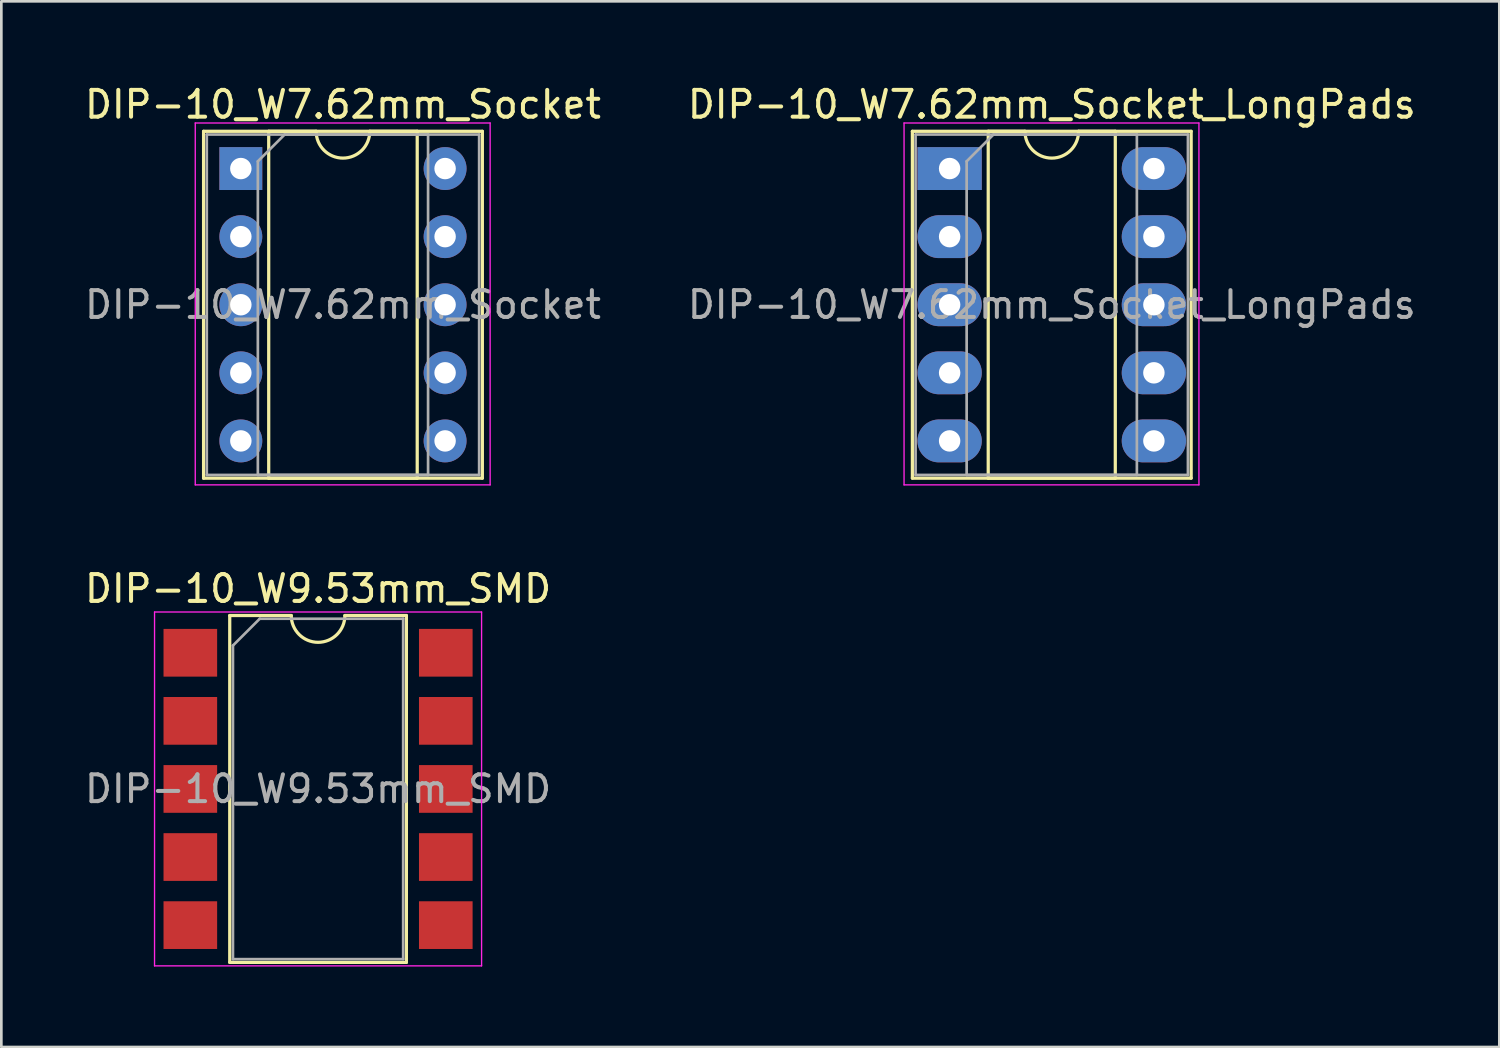
<source format=kicad_pcb>
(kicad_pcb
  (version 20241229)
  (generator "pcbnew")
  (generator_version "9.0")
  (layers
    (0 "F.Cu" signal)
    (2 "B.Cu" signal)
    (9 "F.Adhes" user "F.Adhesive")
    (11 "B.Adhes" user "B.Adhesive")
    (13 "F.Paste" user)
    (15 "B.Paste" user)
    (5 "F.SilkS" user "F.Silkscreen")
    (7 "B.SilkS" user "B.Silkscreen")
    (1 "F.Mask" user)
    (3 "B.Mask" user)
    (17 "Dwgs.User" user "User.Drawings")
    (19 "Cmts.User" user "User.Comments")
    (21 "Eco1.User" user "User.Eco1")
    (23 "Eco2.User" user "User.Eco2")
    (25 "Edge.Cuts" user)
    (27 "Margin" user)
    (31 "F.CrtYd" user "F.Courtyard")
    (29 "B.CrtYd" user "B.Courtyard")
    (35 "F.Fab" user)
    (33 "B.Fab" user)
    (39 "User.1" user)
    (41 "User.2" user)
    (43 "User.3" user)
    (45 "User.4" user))
  (footprint "DIP-10_W7.62mm_Socket_LongPads"
    (layer "F.Cu")
    (at 32.375 3.238)
    (property "Reference" "DIP-10_W7.62mm_Socket_LongPads" (at 3.81 -2.39 0) (layer "F.SilkS") (effects (font (size 1 1) (thickness 0.15))))
    (attr through_hole)
    (fp_line (start -1.39 -1.39) (end -1.39 11.55) (stroke (width 0.12) (type solid)) (layer "F.SilkS"))
    (fp_line (start -1.39 11.55) (end 9.01 11.55) (stroke (width 0.12) (type solid)) (layer "F.SilkS"))
    (fp_line (start 1.44 -1.39) (end 1.44 11.55) (stroke (width 0.12) (type solid)) (layer "F.SilkS"))
    (fp_line (start 1.44 11.55) (end 6.18 11.55) (stroke (width 0.12) (type solid)) (layer "F.SilkS"))
    (fp_line (start 2.81 -1.39) (end 1.44 -1.39) (stroke (width 0.12) (type solid)) (layer "F.SilkS"))
    (fp_line (start 6.18 -1.39) (end 4.81 -1.39) (stroke (width 0.12) (type solid)) (layer "F.SilkS"))
    (fp_line (start 6.18 11.55) (end 6.18 -1.39) (stroke (width 0.12) (type solid)) (layer "F.SilkS"))
    (fp_line (start 9.01 -1.39) (end -1.39 -1.39) (stroke (width 0.12) (type solid)) (layer "F.SilkS"))
    (fp_line (start 9.01 11.55) (end 9.01 -1.39) (stroke (width 0.12) (type solid)) (layer "F.SilkS"))
    (fp_arc (start 4.81 -1.39) (mid 3.81 -0.39) (end 2.81 -1.39) (stroke (width 0.12) (type solid)) (layer "F.SilkS"))
    (fp_line (start -1.7 -1.7) (end -1.7 11.8) (stroke (width 0.05) (type solid)) (layer "F.CrtYd"))
    (fp_line (start -1.7 11.8) (end 9.3 11.8) (stroke (width 0.05) (type solid)) (layer "F.CrtYd"))
    (fp_line (start 9.3 -1.7) (end -1.7 -1.7) (stroke (width 0.05) (type solid)) (layer "F.CrtYd"))
    (fp_line (start 9.3 11.8) (end 9.3 -1.7) (stroke (width 0.05) (type solid)) (layer "F.CrtYd"))
    (fp_line (start -1.27 -1.27) (end -1.27 11.43) (stroke (width 0.1) (type solid)) (layer "F.Fab"))
    (fp_line (start -1.27 11.43) (end 8.89 11.43) (stroke (width 0.1) (type solid)) (layer "F.Fab"))
    (fp_line (start 0.635 -0.27) (end 1.635 -1.27) (stroke (width 0.1) (type solid)) (layer "F.Fab"))
    (fp_line (start 0.635 11.43) (end 0.635 -0.27) (stroke (width 0.1) (type solid)) (layer "F.Fab"))
    (fp_line (start 1.635 -1.27) (end 6.985 -1.27) (stroke (width 0.1) (type solid)) (layer "F.Fab"))
    (fp_line (start 6.985 -1.27) (end 6.985 11.43) (stroke (width 0.1) (type solid)) (layer "F.Fab"))
    (fp_line (start 6.985 11.43) (end 0.635 11.43) (stroke (width 0.1) (type solid)) (layer "F.Fab"))
    (fp_line (start 8.89 -1.27) (end -1.27 -1.27) (stroke (width 0.1) (type solid)) (layer "F.Fab"))
    (fp_line (start 8.89 11.43) (end 8.89 -1.27) (stroke (width 0.1) (type solid)) (layer "F.Fab"))
    (fp_text user "${REFERENCE}" (at 3.81 5.08 0) (layer "F.Fab") (effects (font (size 1 1) (thickness 0.15))))
    (pad "1" thru_hole rect (at 0 0) (size 2.4 1.6) (drill 0.8) (layers "*.Cu" "*.Mask"))
    (pad "2" thru_hole oval (at 0 2.54) (size 2.4 1.6) (drill 0.8) (layers "*.Cu" "*.Mask"))
    (pad "3" thru_hole oval (at 0 5.08) (size 2.4 1.6) (drill 0.8) (layers "*.Cu" "*.Mask"))
    (pad "4" thru_hole oval (at 0 7.62) (size 2.4 1.6) (drill 0.8) (layers "*.Cu" "*.Mask"))
    (pad "5" thru_hole oval (at 0 10.16) (size 2.4 1.6) (drill 0.8) (layers "*.Cu" "*.Mask"))
    (pad "6" thru_hole oval (at 7.62 10.16) (size 2.4 1.6) (drill 0.8) (layers "*.Cu" "*.Mask"))
    (pad "7" thru_hole oval (at 7.62 7.62) (size 2.4 1.6) (drill 0.8) (layers "*.Cu" "*.Mask"))
    (pad "8" thru_hole oval (at 7.62 5.08) (size 2.4 1.6) (drill 0.8) (layers "*.Cu" "*.Mask"))
    (pad "9" thru_hole oval (at 7.62 2.54) (size 2.4 1.6) (drill 0.8) (layers "*.Cu" "*.Mask"))
    (pad "10" thru_hole oval (at 7.62 0) (size 2.4 1.6) (drill 0.8) (layers "*.Cu" "*.Mask")))
  (footprint "DIP-10_W9.53mm_SMD"
    (layer "F.Cu")
    (at 8.815 26.381)
    (property "Reference" "DIP-10_W9.53mm_SMD" (at 0 -7.47 0) (layer "F.SilkS") (effects (font (size 1 1) (thickness 0.15))))
    (attr smd)
    (fp_line (start -3.295 -6.47) (end -3.295 6.47) (stroke (width 0.12) (type solid)) (layer "F.SilkS"))
    (fp_line (start -3.295 6.47) (end 3.295 6.47) (stroke (width 0.12) (type solid)) (layer "F.SilkS"))
    (fp_line (start -1 -6.47) (end -3.295 -6.47) (stroke (width 0.12) (type solid)) (layer "F.SilkS"))
    (fp_line (start 3.295 -6.47) (end 1 -6.47) (stroke (width 0.12) (type solid)) (layer "F.SilkS"))
    (fp_line (start 3.295 6.47) (end 3.295 -6.47) (stroke (width 0.12) (type solid)) (layer "F.SilkS"))
    (fp_arc (start 1 -6.47) (mid 0 -5.47) (end -1 -6.47) (stroke (width 0.12) (type solid)) (layer "F.SilkS"))
    (fp_line (start -6.1 -6.6) (end -6.1 6.6) (stroke (width 0.05) (type solid)) (layer "F.CrtYd"))
    (fp_line (start -6.1 6.6) (end 6.1 6.6) (stroke (width 0.05) (type solid)) (layer "F.CrtYd"))
    (fp_line (start 6.1 -6.6) (end -6.1 -6.6) (stroke (width 0.05) (type solid)) (layer "F.CrtYd"))
    (fp_line (start 6.1 6.6) (end 6.1 -6.6) (stroke (width 0.05) (type solid)) (layer "F.CrtYd"))
    (fp_line (start -3.175 -5.35) (end -2.175 -6.35) (stroke (width 0.1) (type solid)) (layer "F.Fab"))
    (fp_line (start -3.175 6.35) (end -3.175 -5.35) (stroke (width 0.1) (type solid)) (layer "F.Fab"))
    (fp_line (start -2.175 -6.35) (end 3.175 -6.35) (stroke (width 0.1) (type solid)) (layer "F.Fab"))
    (fp_line (start 3.175 -6.35) (end 3.175 6.35) (stroke (width 0.1) (type solid)) (layer "F.Fab"))
    (fp_line (start 3.175 6.35) (end -3.175 6.35) (stroke (width 0.1) (type solid)) (layer "F.Fab"))
    (fp_text user "${REFERENCE}" (at 0 0 0) (layer "F.Fab") (effects (font (size 1 1) (thickness 0.15))))
    (pad "1" smd rect (at -4.765 -5.08) (size 2 1.78) (layers "F.Cu" "F.Mask" "F.Paste"))
    (pad "2" smd rect (at -4.765 -2.54) (size 2 1.78) (layers "F.Cu" "F.Mask" "F.Paste"))
    (pad "3" smd rect (at -4.765 0) (size 2 1.78) (layers "F.Cu" "F.Mask" "F.Paste"))
    (pad "4" smd rect (at -4.765 2.54) (size 2 1.78) (layers "F.Cu" "F.Mask" "F.Paste"))
    (pad "5" smd rect (at -4.765 5.08) (size 2 1.78) (layers "F.Cu" "F.Mask" "F.Paste"))
    (pad "6" smd rect (at 4.765 5.08) (size 2 1.78) (layers "F.Cu" "F.Mask" "F.Paste"))
    (pad "7" smd rect (at 4.765 2.54) (size 2 1.78) (layers "F.Cu" "F.Mask" "F.Paste"))
    (pad "8" smd rect (at 4.765 0) (size 2 1.78) (layers "F.Cu" "F.Mask" "F.Paste"))
    (pad "9" smd rect (at 4.765 -2.54) (size 2 1.78) (layers "F.Cu" "F.Mask" "F.Paste"))
    (pad "10" smd rect (at 4.765 -5.08) (size 2 1.78) (layers "F.Cu" "F.Mask" "F.Paste")))
  (footprint "DIP-10_W7.62mm_Socket"
    (layer "F.Cu")
    (at 5.934 3.238)
    (property "Reference" "DIP-10_W7.62mm_Socket" (at 3.81 -2.39 0) (layer "F.SilkS") (effects (font (size 1 1) (thickness 0.15))))
    (attr through_hole)
    (fp_line (start -1.39 -1.39) (end -1.39 11.55) (stroke (width 0.12) (type solid)) (layer "F.SilkS"))
    (fp_line (start -1.39 11.55) (end 9.01 11.55) (stroke (width 0.12) (type solid)) (layer "F.SilkS"))
    (fp_line (start 1.04 -1.39) (end 1.04 11.55) (stroke (width 0.12) (type solid)) (layer "F.SilkS"))
    (fp_line (start 1.04 11.55) (end 6.58 11.55) (stroke (width 0.12) (type solid)) (layer "F.SilkS"))
    (fp_line (start 2.81 -1.39) (end 1.04 -1.39) (stroke (width 0.12) (type solid)) (layer "F.SilkS"))
    (fp_line (start 6.58 -1.39) (end 4.81 -1.39) (stroke (width 0.12) (type solid)) (layer "F.SilkS"))
    (fp_line (start 6.58 11.55) (end 6.58 -1.39) (stroke (width 0.12) (type solid)) (layer "F.SilkS"))
    (fp_line (start 9.01 -1.39) (end -1.39 -1.39) (stroke (width 0.12) (type solid)) (layer "F.SilkS"))
    (fp_line (start 9.01 11.55) (end 9.01 -1.39) (stroke (width 0.12) (type solid)) (layer "F.SilkS"))
    (fp_arc (start 4.81 -1.39) (mid 3.81 -0.39) (end 2.81 -1.39) (stroke (width 0.12) (type solid)) (layer "F.SilkS"))
    (fp_line (start -1.7 -1.7) (end -1.7 11.8) (stroke (width 0.05) (type solid)) (layer "F.CrtYd"))
    (fp_line (start -1.7 11.8) (end 9.3 11.8) (stroke (width 0.05) (type solid)) (layer "F.CrtYd"))
    (fp_line (start 9.3 -1.7) (end -1.7 -1.7) (stroke (width 0.05) (type solid)) (layer "F.CrtYd"))
    (fp_line (start 9.3 11.8) (end 9.3 -1.7) (stroke (width 0.05) (type solid)) (layer "F.CrtYd"))
    (fp_line (start -1.27 -1.27) (end -1.27 11.43) (stroke (width 0.1) (type solid)) (layer "F.Fab"))
    (fp_line (start -1.27 11.43) (end 8.89 11.43) (stroke (width 0.1) (type solid)) (layer "F.Fab"))
    (fp_line (start 0.635 -0.27) (end 1.635 -1.27) (stroke (width 0.1) (type solid)) (layer "F.Fab"))
    (fp_line (start 0.635 11.43) (end 0.635 -0.27) (stroke (width 0.1) (type solid)) (layer "F.Fab"))
    (fp_line (start 1.635 -1.27) (end 6.985 -1.27) (stroke (width 0.1) (type solid)) (layer "F.Fab"))
    (fp_line (start 6.985 -1.27) (end 6.985 11.43) (stroke (width 0.1) (type solid)) (layer "F.Fab"))
    (fp_line (start 6.985 11.43) (end 0.635 11.43) (stroke (width 0.1) (type solid)) (layer "F.Fab"))
    (fp_line (start 8.89 -1.27) (end -1.27 -1.27) (stroke (width 0.1) (type solid)) (layer "F.Fab"))
    (fp_line (start 8.89 11.43) (end 8.89 -1.27) (stroke (width 0.1) (type solid)) (layer "F.Fab"))
    (fp_text user "${REFERENCE}" (at 3.81 5.08 0) (layer "F.Fab") (effects (font (size 1 1) (thickness 0.15))))
    (pad "1" thru_hole rect (at 0 0) (size 1.6 1.6) (drill 0.8) (layers "*.Cu" "*.Mask"))
    (pad "2" thru_hole oval (at 0 2.54) (size 1.6 1.6) (drill 0.8) (layers "*.Cu" "*.Mask"))
    (pad "3" thru_hole oval (at 0 5.08) (size 1.6 1.6) (drill 0.8) (layers "*.Cu" "*.Mask"))
    (pad "4" thru_hole oval (at 0 7.62) (size 1.6 1.6) (drill 0.8) (layers "*.Cu" "*.Mask"))
    (pad "5" thru_hole oval (at 0 10.16) (size 1.6 1.6) (drill 0.8) (layers "*.Cu" "*.Mask"))
    (pad "6" thru_hole oval (at 7.62 10.16) (size 1.6 1.6) (drill 0.8) (layers "*.Cu" "*.Mask"))
    (pad "7" thru_hole oval (at 7.62 7.62) (size 1.6 1.6) (drill 0.8) (layers "*.Cu" "*.Mask"))
    (pad "8" thru_hole oval (at 7.62 5.08) (size 1.6 1.6) (drill 0.8) (layers "*.Cu" "*.Mask"))
    (pad "9" thru_hole oval (at 7.62 2.54) (size 1.6 1.6) (drill 0.8) (layers "*.Cu" "*.Mask"))
    (pad "10" thru_hole oval (at 7.62 0) (size 1.6 1.6) (drill 0.8) (layers "*.Cu" "*.Mask")))
  (gr_rect
    (start -3 -3)
    (end 52.881 36.007)
    (stroke (width 0.1) (type default))
    (fill no)
    (layer "Edge.Cuts")))
</source>
